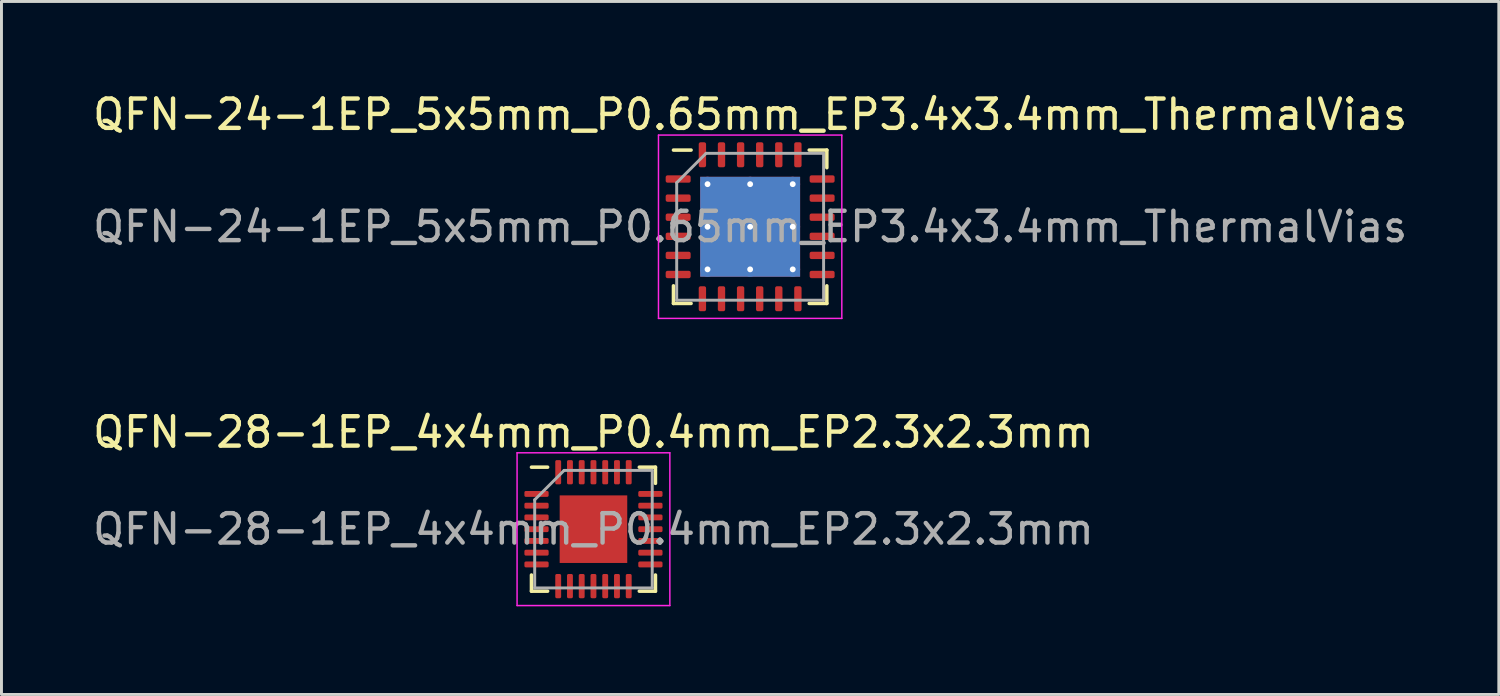
<source format=kicad_pcb>
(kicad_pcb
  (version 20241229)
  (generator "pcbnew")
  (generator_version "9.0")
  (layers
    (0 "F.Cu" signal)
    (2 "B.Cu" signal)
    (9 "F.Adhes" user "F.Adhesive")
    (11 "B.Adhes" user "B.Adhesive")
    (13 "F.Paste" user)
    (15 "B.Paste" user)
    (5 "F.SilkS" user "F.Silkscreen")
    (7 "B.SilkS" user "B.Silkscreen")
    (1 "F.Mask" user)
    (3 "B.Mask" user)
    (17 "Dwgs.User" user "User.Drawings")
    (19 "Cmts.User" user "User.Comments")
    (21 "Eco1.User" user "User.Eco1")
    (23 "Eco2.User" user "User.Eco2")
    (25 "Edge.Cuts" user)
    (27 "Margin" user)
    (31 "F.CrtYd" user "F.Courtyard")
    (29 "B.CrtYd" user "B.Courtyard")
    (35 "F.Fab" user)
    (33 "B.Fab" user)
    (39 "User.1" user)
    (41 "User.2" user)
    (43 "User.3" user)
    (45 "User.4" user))
  (footprint "QFN-24-1EP_5x5mm_P0.65mm_EP3.4x3.4mm_ThermalVias"
    (layer "F.Cu")
    (at 22.482 4.668)
    (property "Reference" "QFN-24-1EP_5x5mm_P0.65mm_EP3.4x3.4mm_ThermalVias" (at 0 -3.82 0) (layer "F.SilkS") (effects (font (size 1 1) (thickness 0.15))))
    (attr smd)
    (fp_line (start -2.61 2.61) (end -2.61 2.01) (stroke (width 0.12) (type solid)) (layer "F.SilkS"))
    (fp_line (start -2.01 -2.61) (end -2.61 -2.61) (stroke (width 0.12) (type solid)) (layer "F.SilkS"))
    (fp_line (start -2.01 2.61) (end -2.61 2.61) (stroke (width 0.12) (type solid)) (layer "F.SilkS"))
    (fp_line (start 2.01 -2.61) (end 2.61 -2.61) (stroke (width 0.12) (type solid)) (layer "F.SilkS"))
    (fp_line (start 2.01 2.61) (end 2.61 2.61) (stroke (width 0.12) (type solid)) (layer "F.SilkS"))
    (fp_line (start 2.61 -2.61) (end 2.61 -2.01) (stroke (width 0.12) (type solid)) (layer "F.SilkS"))
    (fp_line (start 2.61 2.61) (end 2.61 2.01) (stroke (width 0.12) (type solid)) (layer "F.SilkS"))
    (fp_line (start -3.12 -3.12) (end -3.12 3.12) (stroke (width 0.05) (type solid)) (layer "F.CrtYd"))
    (fp_line (start -3.12 3.12) (end 3.12 3.12) (stroke (width 0.05) (type solid)) (layer "F.CrtYd"))
    (fp_line (start 3.12 -3.12) (end -3.12 -3.12) (stroke (width 0.05) (type solid)) (layer "F.CrtYd"))
    (fp_line (start 3.12 3.12) (end 3.12 -3.12) (stroke (width 0.05) (type solid)) (layer "F.CrtYd"))
    (fp_line (start -2.5 -1.5) (end -1.5 -2.5) (stroke (width 0.1) (type solid)) (layer "F.Fab"))
    (fp_line (start -2.5 2.5) (end -2.5 -1.5) (stroke (width 0.1) (type solid)) (layer "F.Fab"))
    (fp_line (start -1.5 -2.5) (end 2.5 -2.5) (stroke (width 0.1) (type solid)) (layer "F.Fab"))
    (fp_line (start 2.5 -2.5) (end 2.5 2.5) (stroke (width 0.1) (type solid)) (layer "F.Fab"))
    (fp_line (start 2.5 2.5) (end -2.5 2.5) (stroke (width 0.1) (type solid)) (layer "F.Fab"))
    (fp_text user "${REFERENCE}" (at 0 0 0) (layer "F.Fab") (effects (font (size 1 1) (thickness 0.15))))
    (pad "" smd roundrect (at -0.85 -0.85) (size 1.47 1.47) (layers "F.Paste") (roundrect_rratio 0.17))
    (pad "" smd roundrect (at -0.85 0.85) (size 1.47 1.47) (layers "F.Paste") (roundrect_rratio 0.17))
    (pad "" smd roundrect (at 0.85 -0.85) (size 1.47 1.47) (layers "F.Paste") (roundrect_rratio 0.17))
    (pad "" smd roundrect (at 0.85 0.85) (size 1.47 1.47) (layers "F.Paste") (roundrect_rratio 0.17))
    (pad "1" smd roundrect (at -2.45 -1.625) (size 0.85 0.25) (layers "F.Cu" "F.Mask" "F.Paste") (roundrect_rratio 0.25))
    (pad "2" smd roundrect (at -2.45 -0.975) (size 0.85 0.25) (layers "F.Cu" "F.Mask" "F.Paste") (roundrect_rratio 0.25))
    (pad "3" smd roundrect (at -2.45 -0.325) (size 0.85 0.25) (layers "F.Cu" "F.Mask" "F.Paste") (roundrect_rratio 0.25))
    (pad "4" smd roundrect (at -2.45 0.325) (size 0.85 0.25) (layers "F.Cu" "F.Mask" "F.Paste") (roundrect_rratio 0.25))
    (pad "5" smd roundrect (at -2.45 0.975) (size 0.85 0.25) (layers "F.Cu" "F.Mask" "F.Paste") (roundrect_rratio 0.25))
    (pad "6" smd roundrect (at -2.45 1.625) (size 0.85 0.25) (layers "F.Cu" "F.Mask" "F.Paste") (roundrect_rratio 0.25))
    (pad "7" smd roundrect (at -1.625 2.45) (size 0.25 0.85) (layers "F.Cu" "F.Mask" "F.Paste") (roundrect_rratio 0.25))
    (pad "8" smd roundrect (at -0.975 2.45) (size 0.25 0.85) (layers "F.Cu" "F.Mask" "F.Paste") (roundrect_rratio 0.25))
    (pad "9" smd roundrect (at -0.325 2.45) (size 0.25 0.85) (layers "F.Cu" "F.Mask" "F.Paste") (roundrect_rratio 0.25))
    (pad "10" smd roundrect (at 0.325 2.45) (size 0.25 0.85) (layers "F.Cu" "F.Mask" "F.Paste") (roundrect_rratio 0.25))
    (pad "11" smd roundrect (at 0.975 2.45) (size 0.25 0.85) (layers "F.Cu" "F.Mask" "F.Paste") (roundrect_rratio 0.25))
    (pad "12" smd roundrect (at 1.625 2.45) (size 0.25 0.85) (layers "F.Cu" "F.Mask" "F.Paste") (roundrect_rratio 0.25))
    (pad "13" smd roundrect (at 2.45 1.625) (size 0.85 0.25) (layers "F.Cu" "F.Mask" "F.Paste") (roundrect_rratio 0.25))
    (pad "14" smd roundrect (at 2.45 0.975) (size 0.85 0.25) (layers "F.Cu" "F.Mask" "F.Paste") (roundrect_rratio 0.25))
    (pad "15" smd roundrect (at 2.45 0.325) (size 0.85 0.25) (layers "F.Cu" "F.Mask" "F.Paste") (roundrect_rratio 0.25))
    (pad "16" smd roundrect (at 2.45 -0.325) (size 0.85 0.25) (layers "F.Cu" "F.Mask" "F.Paste") (roundrect_rratio 0.25))
    (pad "17" smd roundrect (at 2.45 -0.975) (size 0.85 0.25) (layers "F.Cu" "F.Mask" "F.Paste") (roundrect_rratio 0.25))
    (pad "18" smd roundrect (at 2.45 -1.625) (size 0.85 0.25) (layers "F.Cu" "F.Mask" "F.Paste") (roundrect_rratio 0.25))
    (pad "19" smd roundrect (at 1.625 -2.45) (size 0.25 0.85) (layers "F.Cu" "F.Mask" "F.Paste") (roundrect_rratio 0.25))
    (pad "20" smd roundrect (at 0.975 -2.45) (size 0.25 0.85) (layers "F.Cu" "F.Mask" "F.Paste") (roundrect_rratio 0.25))
    (pad "21" smd roundrect (at 0.325 -2.45) (size 0.25 0.85) (layers "F.Cu" "F.Mask" "F.Paste") (roundrect_rratio 0.25))
    (pad "22" smd roundrect (at -0.325 -2.45) (size 0.25 0.85) (layers "F.Cu" "F.Mask" "F.Paste") (roundrect_rratio 0.25))
    (pad "23" smd roundrect (at -0.975 -2.45) (size 0.25 0.85) (layers "F.Cu" "F.Mask" "F.Paste") (roundrect_rratio 0.25))
    (pad "24" smd roundrect (at -1.625 -2.45) (size 0.25 0.85) (layers "F.Cu" "F.Mask" "F.Paste") (roundrect_rratio 0.25))
    (pad "25" thru_hole circle (at -1.45 -1.45) (size 0.5 0.5) (drill 0.2) (layers "*.Cu"))
    (pad "25" thru_hole circle (at -1.45 0) (size 0.5 0.5) (drill 0.2) (layers "*.Cu"))
    (pad "25" thru_hole circle (at -1.45 1.45) (size 0.5 0.5) (drill 0.2) (layers "*.Cu"))
    (pad "25" thru_hole circle (at 0 -1.45) (size 0.5 0.5) (drill 0.2) (layers "*.Cu"))
    (pad "25" thru_hole circle (at 0 0) (size 0.5 0.5) (drill 0.2) (layers "*.Cu"))
    (pad "25" smd rect (at 0 0) (size 3.4 3.4) (layers "F.Cu" "F.Mask"))
    (pad "25" smd rect (at 0 0) (size 3.4 3.4) (layers "B.Cu"))
    (pad "25" thru_hole circle (at 0 1.45) (size 0.5 0.5) (drill 0.2) (layers "*.Cu"))
    (pad "25" thru_hole circle (at 1.45 -1.45) (size 0.5 0.5) (drill 0.2) (layers "*.Cu"))
    (pad "25" thru_hole circle (at 1.45 0) (size 0.5 0.5) (drill 0.2) (layers "*.Cu"))
    (pad "25" thru_hole circle (at 1.45 1.45) (size 0.5 0.5) (drill 0.2) (layers "*.Cu")))
  (footprint "QFN-28-1EP_4x4mm_P0.4mm_EP2.3x2.3mm"
    (layer "F.Cu")
    (at 17.149 14.961)
    (property "Reference" "QFN-28-1EP_4x4mm_P0.4mm_EP2.3x2.3mm" (at 0 -3.3 0) (layer "F.SilkS") (effects (font (size 1 1) (thickness 0.15))))
    (attr smd)
    (fp_line (start -2.11 2.11) (end -2.11 1.56) (stroke (width 0.12) (type solid)) (layer "F.SilkS"))
    (fp_line (start -1.56 -2.11) (end -2.11 -2.11) (stroke (width 0.12) (type solid)) (layer "F.SilkS"))
    (fp_line (start -1.56 2.11) (end -2.11 2.11) (stroke (width 0.12) (type solid)) (layer "F.SilkS"))
    (fp_line (start 1.56 -2.11) (end 2.11 -2.11) (stroke (width 0.12) (type solid)) (layer "F.SilkS"))
    (fp_line (start 1.56 2.11) (end 2.11 2.11) (stroke (width 0.12) (type solid)) (layer "F.SilkS"))
    (fp_line (start 2.11 -2.11) (end 2.11 -1.56) (stroke (width 0.12) (type solid)) (layer "F.SilkS"))
    (fp_line (start 2.11 2.11) (end 2.11 1.56) (stroke (width 0.12) (type solid)) (layer "F.SilkS"))
    (fp_line (start -2.6 -2.6) (end -2.6 2.6) (stroke (width 0.05) (type solid)) (layer "F.CrtYd"))
    (fp_line (start -2.6 2.6) (end 2.6 2.6) (stroke (width 0.05) (type solid)) (layer "F.CrtYd"))
    (fp_line (start 2.6 -2.6) (end -2.6 -2.6) (stroke (width 0.05) (type solid)) (layer "F.CrtYd"))
    (fp_line (start 2.6 2.6) (end 2.6 -2.6) (stroke (width 0.05) (type solid)) (layer "F.CrtYd"))
    (fp_line (start -2 -1) (end -1 -2) (stroke (width 0.1) (type solid)) (layer "F.Fab"))
    (fp_line (start -2 2) (end -2 -1) (stroke (width 0.1) (type solid)) (layer "F.Fab"))
    (fp_line (start -1 -2) (end 2 -2) (stroke (width 0.1) (type solid)) (layer "F.Fab"))
    (fp_line (start 2 -2) (end 2 2) (stroke (width 0.1) (type solid)) (layer "F.Fab"))
    (fp_line (start 2 2) (end -2 2) (stroke (width 0.1) (type solid)) (layer "F.Fab"))
    (fp_text user "${REFERENCE}" (at 0 0 0) (layer "F.Fab") (effects (font (size 1 1) (thickness 0.15))))
    (pad "" smd roundrect (at -0.575 -0.575) (size 0.93 0.93) (layers "F.Paste") (roundrect_rratio 0.25))
    (pad "" smd roundrect (at -0.575 0.575) (size 0.93 0.93) (layers "F.Paste") (roundrect_rratio 0.25))
    (pad "" smd roundrect (at 0.575 -0.575) (size 0.93 0.93) (layers "F.Paste") (roundrect_rratio 0.25))
    (pad "" smd roundrect (at 0.575 0.575) (size 0.93 0.93) (layers "F.Paste") (roundrect_rratio 0.25))
    (pad "1" smd roundrect (at -1.938 -1.2) (size 0.825 0.2) (layers "F.Cu" "F.Mask" "F.Paste") (roundrect_rratio 0.25))
    (pad "2" smd roundrect (at -1.938 -0.8) (size 0.825 0.2) (layers "F.Cu" "F.Mask" "F.Paste") (roundrect_rratio 0.25))
    (pad "3" smd roundrect (at -1.938 -0.4) (size 0.825 0.2) (layers "F.Cu" "F.Mask" "F.Paste") (roundrect_rratio 0.25))
    (pad "4" smd roundrect (at -1.938 0) (size 0.825 0.2) (layers "F.Cu" "F.Mask" "F.Paste") (roundrect_rratio 0.25))
    (pad "5" smd roundrect (at -1.938 0.4) (size 0.825 0.2) (layers "F.Cu" "F.Mask" "F.Paste") (roundrect_rratio 0.25))
    (pad "6" smd roundrect (at -1.938 0.8) (size 0.825 0.2) (layers "F.Cu" "F.Mask" "F.Paste") (roundrect_rratio 0.25))
    (pad "7" smd roundrect (at -1.938 1.2) (size 0.825 0.2) (layers "F.Cu" "F.Mask" "F.Paste") (roundrect_rratio 0.25))
    (pad "8" smd roundrect (at -1.2 1.938) (size 0.2 0.825) (layers "F.Cu" "F.Mask" "F.Paste") (roundrect_rratio 0.25))
    (pad "9" smd roundrect (at -0.8 1.938) (size 0.2 0.825) (layers "F.Cu" "F.Mask" "F.Paste") (roundrect_rratio 0.25))
    (pad "10" smd roundrect (at -0.4 1.938) (size 0.2 0.825) (layers "F.Cu" "F.Mask" "F.Paste") (roundrect_rratio 0.25))
    (pad "11" smd roundrect (at 0 1.938) (size 0.2 0.825) (layers "F.Cu" "F.Mask" "F.Paste") (roundrect_rratio 0.25))
    (pad "12" smd roundrect (at 0.4 1.938) (size 0.2 0.825) (layers "F.Cu" "F.Mask" "F.Paste") (roundrect_rratio 0.25))
    (pad "13" smd roundrect (at 0.8 1.938) (size 0.2 0.825) (layers "F.Cu" "F.Mask" "F.Paste") (roundrect_rratio 0.25))
    (pad "14" smd roundrect (at 1.2 1.938) (size 0.2 0.825) (layers "F.Cu" "F.Mask" "F.Paste") (roundrect_rratio 0.25))
    (pad "15" smd roundrect (at 1.938 1.2) (size 0.825 0.2) (layers "F.Cu" "F.Mask" "F.Paste") (roundrect_rratio 0.25))
    (pad "16" smd roundrect (at 1.938 0.8) (size 0.825 0.2) (layers "F.Cu" "F.Mask" "F.Paste") (roundrect_rratio 0.25))
    (pad "17" smd roundrect (at 1.938 0.4) (size 0.825 0.2) (layers "F.Cu" "F.Mask" "F.Paste") (roundrect_rratio 0.25))
    (pad "18" smd roundrect (at 1.938 0) (size 0.825 0.2) (layers "F.Cu" "F.Mask" "F.Paste") (roundrect_rratio 0.25))
    (pad "19" smd roundrect (at 1.938 -0.4) (size 0.825 0.2) (layers "F.Cu" "F.Mask" "F.Paste") (roundrect_rratio 0.25))
    (pad "20" smd roundrect (at 1.938 -0.8) (size 0.825 0.2) (layers "F.Cu" "F.Mask" "F.Paste") (roundrect_rratio 0.25))
    (pad "21" smd roundrect (at 1.938 -1.2) (size 0.825 0.2) (layers "F.Cu" "F.Mask" "F.Paste") (roundrect_rratio 0.25))
    (pad "22" smd roundrect (at 1.2 -1.938) (size 0.2 0.825) (layers "F.Cu" "F.Mask" "F.Paste") (roundrect_rratio 0.25))
    (pad "23" smd roundrect (at 0.8 -1.938) (size 0.2 0.825) (layers "F.Cu" "F.Mask" "F.Paste") (roundrect_rratio 0.25))
    (pad "24" smd roundrect (at 0.4 -1.938) (size 0.2 0.825) (layers "F.Cu" "F.Mask" "F.Paste") (roundrect_rratio 0.25))
    (pad "25" smd roundrect (at 0 -1.938) (size 0.2 0.825) (layers "F.Cu" "F.Mask" "F.Paste") (roundrect_rratio 0.25))
    (pad "26" smd roundrect (at -0.4 -1.938) (size 0.2 0.825) (layers "F.Cu" "F.Mask" "F.Paste") (roundrect_rratio 0.25))
    (pad "27" smd roundrect (at -0.8 -1.938) (size 0.2 0.825) (layers "F.Cu" "F.Mask" "F.Paste") (roundrect_rratio 0.25))
    (pad "28" smd roundrect (at -1.2 -1.938) (size 0.2 0.825) (layers "F.Cu" "F.Mask" "F.Paste") (roundrect_rratio 0.25))
    (pad "29" smd rect (at 0 0) (size 2.3 2.3) (layers "F.Cu" "F.Mask")))
  (gr_rect
    (start -3 -3)
    (end 47.964 20.587)
    (stroke (width 0.1) (type default))
    (fill no)
    (layer "Edge.Cuts")))
</source>
